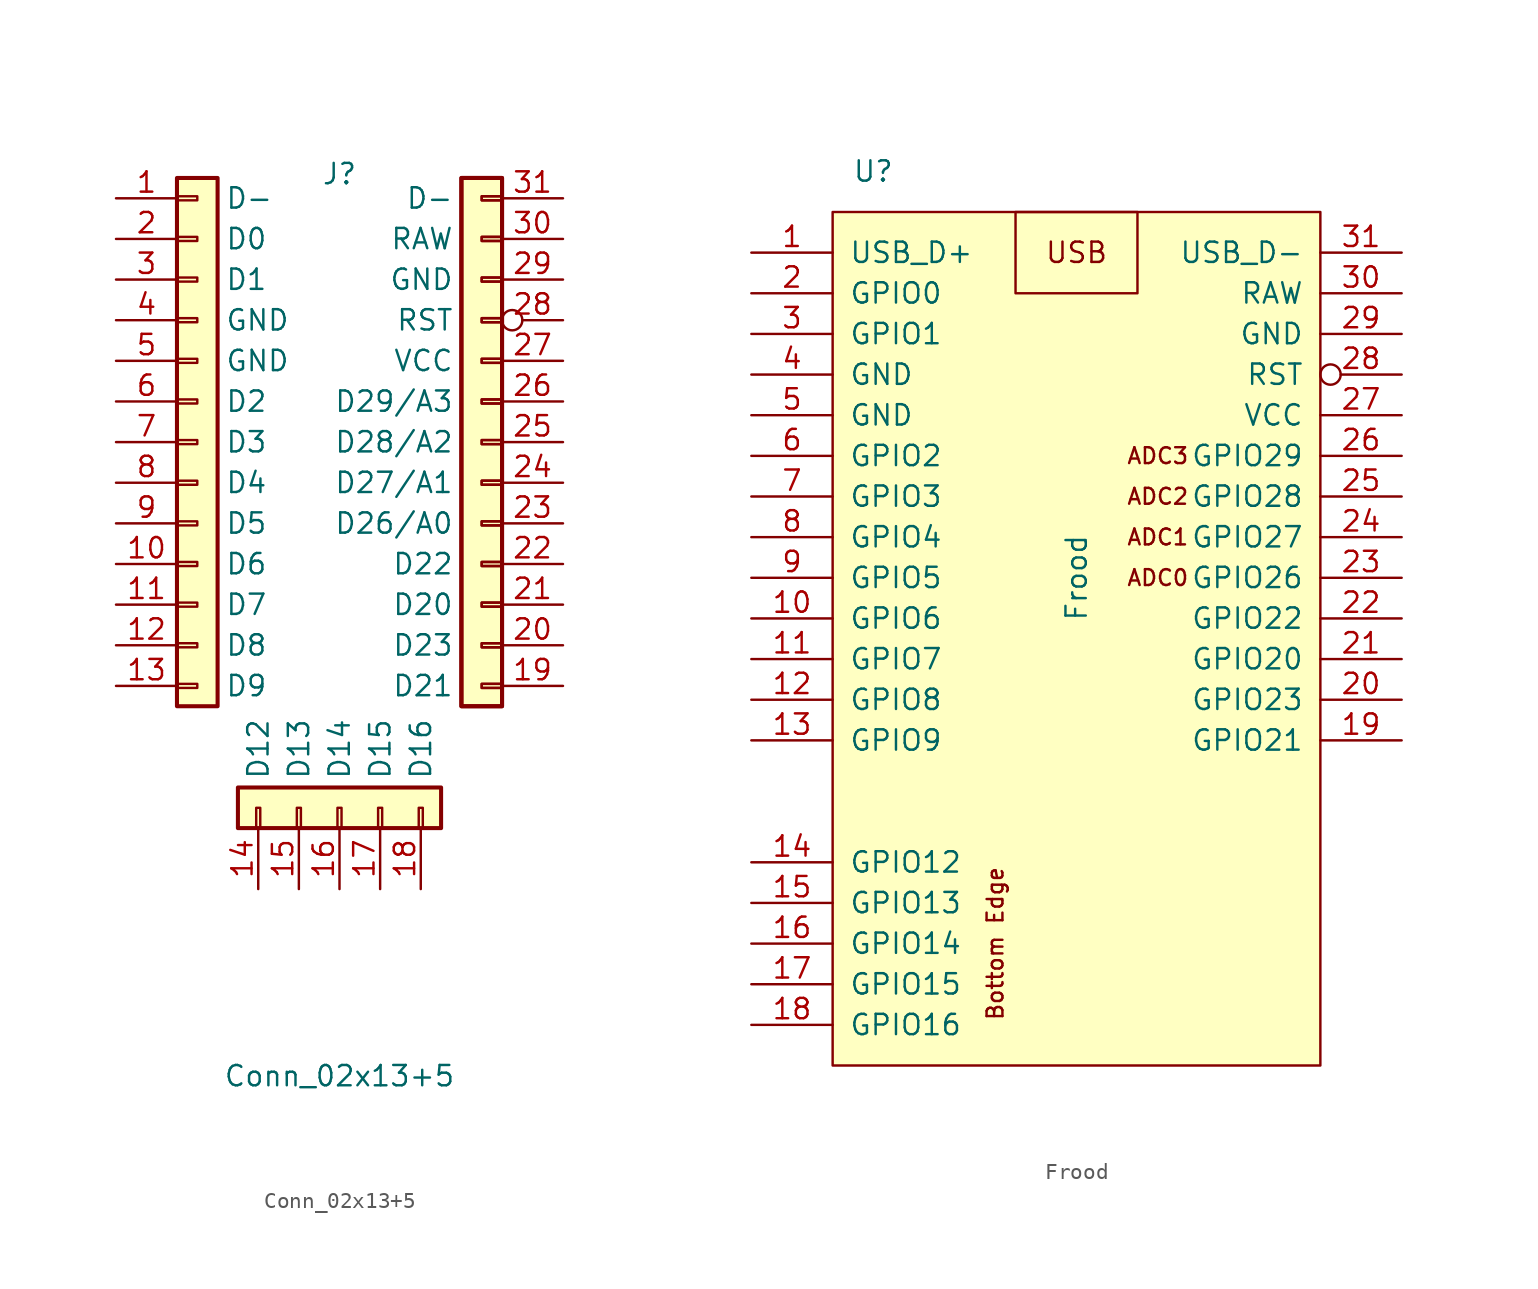
<source format=kicad_sym>
(kicad_symbol_lib
  (version 20211014)
  (generator kicad_symbol_editor)
  (symbol "Conn_02x13+5"
    (pin_names
      (offset 3))
    (property "Reference" "J"
      (at 0 18.034 0)
      (effects (font (size 1.27 1.27))))
    (property "Value" "Conn_02x13+5"
      (at 0 -38.354 0)
      (effects (font (size 1.27 1.27))))
    (symbol "Conn_02x13+5_1_1"
      (rectangle (start -10.16 -13.843) (end -8.89 -14.097) (stroke (width 0.152) (type default) (color 0 0 0 0)) (fill (type none)))
      (rectangle (start -10.16 -11.303) (end -8.89 -11.557) (stroke (width 0.152) (type default) (color 0 0 0 0)) (fill (type none)))
      (rectangle (start -10.16 -8.763) (end -8.89 -9.017) (stroke (width 0.152) (type default) (color 0 0 0 0)) (fill (type none)))
      (rectangle (start -10.16 -6.223) (end -8.89 -6.477) (stroke (width 0.152) (type default) (color 0 0 0 0)) (fill (type none)))
      (rectangle (start -10.16 -3.683) (end -8.89 -3.937) (stroke (width 0.152) (type default) (color 0 0 0 0)) (fill (type none)))
      (rectangle (start -10.16 -1.143) (end -8.89 -1.397) (stroke (width 0.152) (type default) (color 0 0 0 0)) (fill (type none)))
      (rectangle (start -10.16 1.397) (end -8.89 1.143) (stroke (width 0.152) (type default) (color 0 0 0 0)) (fill (type none)))
      (rectangle (start -10.16 3.937) (end -8.89 3.683) (stroke (width 0.152) (type default) (color 0 0 0 0)) (fill (type none)))
      (rectangle (start -10.16 6.477) (end -8.89 6.223) (stroke (width 0.152) (type default) (color 0 0 0 0)) (fill (type none)))
      (rectangle (start -10.16 9.017) (end -8.89 8.763) (stroke (width 0.152) (type default) (color 0 0 0 0)) (fill (type none)))
      (rectangle (start -10.16 11.557) (end -8.89 11.303) (stroke (width 0.152) (type default) (color 0 0 0 0)) (fill (type none)))
      (rectangle (start -10.16 14.097) (end -8.89 13.843) (stroke (width 0.152) (type default) (color 0 0 0 0)) (fill (type none)))
      (rectangle (start -10.16 16.637) (end -8.89 16.383) (stroke (width 0.152) (type default) (color 0 0 0 0)) (fill (type none)))
      (rectangle (start -10.16 17.78) (end -7.62 -15.24) (stroke (width 0.254) (type default) (color 0 0 0 0)) (fill (type background)))
      (rectangle (start -6.35 -22.86) (end 6.35 -20.32) (stroke (width 0.254) (type default) (color 0 0 0 0)) (fill (type background)))
      (rectangle (start -5.207 -22.86) (end -4.953 -21.59) (stroke (width 0.152) (type default) (color 0 0 0 0)) (fill (type none)))
      (rectangle (start -2.667 -22.86) (end -2.413 -21.59) (stroke (width 0.152) (type default) (color 0 0 0 0)) (fill (type none)))
      (rectangle (start -0.127 -22.86) (end 0.127 -21.59) (stroke (width 0.152) (type default) (color 0 0 0 0)) (fill (type none)))
      (rectangle (start 2.413 -22.86) (end 2.667 -21.59) (stroke (width 0.152) (type default) (color 0 0 0 0)) (fill (type none)))
      (rectangle (start 4.953 -22.86) (end 5.207 -21.59) (stroke (width 0.152) (type default) (color 0 0 0 0)) (fill (type none)))
      (rectangle (start 7.62 -15.24) (end 10.16 17.78) (stroke (width 0.254) (type default) (color 0 0 0 0)) (fill (type background)))
      (rectangle (start 7.62 -15.24) (end 10.16 17.78) (stroke (width 0.254) (type default) (color 0 0 0 0)) (fill (type background)))
      (rectangle (start 8.89 -14.097) (end 10.16 -13.843) (stroke (width 0.152) (type default) (color 0 0 0 0)) (fill (type none)))
      (rectangle (start 8.89 -14.097) (end 10.16 -13.843) (stroke (width 0.152) (type default) (color 0 0 0 0)) (fill (type none)))
      (rectangle (start 8.89 -11.557) (end 10.16 -11.303) (stroke (width 0.152) (type default) (color 0 0 0 0)) (fill (type none)))
      (rectangle (start 8.89 -11.557) (end 10.16 -11.303) (stroke (width 0.152) (type default) (color 0 0 0 0)) (fill (type none)))
      (rectangle (start 8.89 -9.017) (end 10.16 -8.763) (stroke (width 0.152) (type default) (color 0 0 0 0)) (fill (type none)))
      (rectangle (start 8.89 -9.017) (end 10.16 -8.763) (stroke (width 0.152) (type default) (color 0 0 0 0)) (fill (type none)))
      (rectangle (start 8.89 -6.477) (end 10.16 -6.223) (stroke (width 0.152) (type default) (color 0 0 0 0)) (fill (type none)))
      (rectangle (start 8.89 -6.477) (end 10.16 -6.223) (stroke (width 0.152) (type default) (color 0 0 0 0)) (fill (type none)))
      (rectangle (start 8.89 -3.937) (end 10.16 -3.683) (stroke (width 0.152) (type default) (color 0 0 0 0)) (fill (type none)))
      (rectangle (start 8.89 -3.937) (end 10.16 -3.683) (stroke (width 0.152) (type default) (color 0 0 0 0)) (fill (type none)))
      (rectangle (start 8.89 -1.397) (end 10.16 -1.143) (stroke (width 0.152) (type default) (color 0 0 0 0)) (fill (type none)))
      (rectangle (start 8.89 -1.397) (end 10.16 -1.143) (stroke (width 0.152) (type default) (color 0 0 0 0)) (fill (type none)))
      (rectangle (start 8.89 1.143) (end 10.16 1.397) (stroke (width 0.152) (type default) (color 0 0 0 0)) (fill (type none)))
      (rectangle (start 8.89 1.143) (end 10.16 1.397) (stroke (width 0.152) (type default) (color 0 0 0 0)) (fill (type none)))
      (rectangle (start 8.89 3.683) (end 10.16 3.937) (stroke (width 0.152) (type default) (color 0 0 0 0)) (fill (type none)))
      (rectangle (start 8.89 3.683) (end 10.16 3.937) (stroke (width 0.152) (type default) (color 0 0 0 0)) (fill (type none)))
      (rectangle (start 8.89 6.223) (end 10.16 6.477) (stroke (width 0.152) (type default) (color 0 0 0 0)) (fill (type none)))
      (rectangle (start 8.89 6.223) (end 10.16 6.477) (stroke (width 0.152) (type default) (color 0 0 0 0)) (fill (type none)))
      (rectangle (start 8.89 8.763) (end 10.16 9.017) (stroke (width 0.152) (type default) (color 0 0 0 0)) (fill (type none)))
      (rectangle (start 8.89 8.763) (end 10.16 9.017) (stroke (width 0.152) (type default) (color 0 0 0 0)) (fill (type none)))
      (rectangle (start 8.89 11.303) (end 10.16 11.557) (stroke (width 0.152) (type default) (color 0 0 0 0)) (fill (type none)))
      (rectangle (start 8.89 11.303) (end 10.16 11.557) (stroke (width 0.152) (type default) (color 0 0 0 0)) (fill (type none)))
      (rectangle (start 8.89 13.843) (end 10.16 14.097) (stroke (width 0.152) (type default) (color 0 0 0 0)) (fill (type none)))
      (rectangle (start 8.89 13.843) (end 10.16 14.097) (stroke (width 0.152) (type default) (color 0 0 0 0)) (fill (type none)))
      (rectangle (start 8.89 16.383) (end 10.16 16.637) (stroke (width 0.152) (type default) (color 0 0 0 0)) (fill (type none)))
      (rectangle (start 8.89 16.383) (end 10.16 16.637) (stroke (width 0.152) (type default) (color 0 0 0 0)) (fill (type none)))
      (pin bidirectional line (at -13.97 16.51 0) (length 3.81) (name "D-" (effects (font (size 1.27 1.27)))) (number "1" (effects (font (size 1.27 1.27)))))
      (pin bidirectional line (at -13.97 -6.35 0) (length 3.81) (name "D6" (effects (font (size 1.27 1.27)))) (number "10" (effects (font (size 1.27 1.27)))))
      (pin bidirectional line (at -13.97 -8.89 0) (length 3.81) (name "D7" (effects (font (size 1.27 1.27)))) (number "11" (effects (font (size 1.27 1.27)))))
      (pin bidirectional line (at -13.97 -11.43 0) (length 3.81) (name "D8" (effects (font (size 1.27 1.27)))) (number "12" (effects (font (size 1.27 1.27)))))
      (pin bidirectional line (at -13.97 -13.97 0) (length 3.81) (name "D9" (effects (font (size 1.27 1.27)))) (number "13" (effects (font (size 1.27 1.27)))))
      (pin bidirectional line (at -5.08 -26.67 90) (length 3.81) (name "D12" (effects (font (size 1.27 1.27)))) (number "14" (effects (font (size 1.27 1.27)))))
      (pin bidirectional line (at -2.54 -26.67 90) (length 3.81) (name "D13" (effects (font (size 1.27 1.27)))) (number "15" (effects (font (size 1.27 1.27)))))
      (pin bidirectional line (at 0 -26.67 90) (length 3.81) (name "D14" (effects (font (size 1.27 1.27)))) (number "16" (effects (font (size 1.27 1.27)))))
      (pin bidirectional line (at 2.54 -26.67 90) (length 3.81) (name "D15" (effects (font (size 1.27 1.27)))) (number "17" (effects (font (size 1.27 1.27)))))
      (pin bidirectional line (at 5.08 -26.67 90) (length 3.81) (name "D16" (effects (font (size 1.27 1.27)))) (number "18" (effects (font (size 1.27 1.27)))))
      (pin bidirectional line (at 13.97 -13.97 180) (length 3.81) (name "D21" (effects (font (size 1.27 1.27)))) (number "19" (effects (font (size 1.27 1.27)))))
      (pin bidirectional line (at -13.97 13.97 0) (length 3.81) (name "D0" (effects (font (size 1.27 1.27)))) (number "2" (effects (font (size 1.27 1.27)))))
      (pin bidirectional line (at 13.97 -11.43 180) (length 3.81) (name "D23" (effects (font (size 1.27 1.27)))) (number "20" (effects (font (size 1.27 1.27)))))
      (pin bidirectional line (at 13.97 -8.89 180) (length 3.81) (name "D20" (effects (font (size 1.27 1.27)))) (number "21" (effects (font (size 1.27 1.27)))))
      (pin bidirectional line (at 13.97 -6.35 180) (length 3.81) (name "D22" (effects (font (size 1.27 1.27)))) (number "22" (effects (font (size 1.27 1.27)))))
      (pin bidirectional line (at 13.97 -3.81 180) (length 3.81) (name "D26/A0" (effects (font (size 1.27 1.27)))) (number "23" (effects (font (size 1.27 1.27)))))
      (pin bidirectional line (at 13.97 -1.27 180) (length 3.81) (name "D27/A1" (effects (font (size 1.27 1.27)))) (number "24" (effects (font (size 1.27 1.27)))))
      (pin bidirectional line (at 13.97 1.27 180) (length 3.81) (name "D28/A2" (effects (font (size 1.27 1.27)))) (number "25" (effects (font (size 1.27 1.27)))))
      (pin bidirectional line (at 13.97 3.81 180) (length 3.81) (name "D29/A3" (effects (font (size 1.27 1.27)))) (number "26" (effects (font (size 1.27 1.27)))))
      (pin power_out line (at 13.97 6.35 180) (length 3.81) (name "VCC" (effects (font (size 1.27 1.27)))) (number "27" (effects (font (size 1.27 1.27)))))
      (pin input inverted (at 13.97 8.89 180) (length 3.81) (name "RST" (effects (font (size 1.27 1.27)))) (number "28" (effects (font (size 1.27 1.27)))))
      (pin power_out line (at 13.97 11.43 180) (length 3.81) (name "GND" (effects (font (size 1.27 1.27)))) (number "29" (effects (font (size 1.27 1.27)))))
      (pin bidirectional line (at -13.97 11.43 0) (length 3.81) (name "D1" (effects (font (size 1.27 1.27)))) (number "3" (effects (font (size 1.27 1.27)))))
      (pin power_in line (at 13.97 13.97 180) (length 3.81) (name "RAW" (effects (font (size 1.27 1.27)))) (number "30" (effects (font (size 1.27 1.27)))))
      (pin bidirectional line (at 13.97 16.51 180) (length 3.81) (name "D-" (effects (font (size 1.27 1.27)))) (number "31" (effects (font (size 1.27 1.27)))))
      (pin power_out line (at -13.97 8.89 0) (length 3.81) (name "GND" (effects (font (size 1.27 1.27)))) (number "4" (effects (font (size 1.27 1.27)))))
      (pin power_out line (at -13.97 6.35 0) (length 3.81) (name "GND" (effects (font (size 1.27 1.27)))) (number "5" (effects (font (size 1.27 1.27)))))
      (pin bidirectional line (at -13.97 3.81 0) (length 3.81) (name "D2" (effects (font (size 1.27 1.27)))) (number "6" (effects (font (size 1.27 1.27)))))
      (pin bidirectional line (at -13.97 1.27 0) (length 3.81) (name "D3" (effects (font (size 1.27 1.27)))) (number "7" (effects (font (size 1.27 1.27)))))
      (pin bidirectional line (at -13.97 -1.27 0) (length 3.81) (name "D4" (effects (font (size 1.27 1.27)))) (number "8" (effects (font (size 1.27 1.27)))))
      (pin bidirectional line (at -13.97 -3.81 0) (length 3.81) (name "D5" (effects (font (size 1.27 1.27)))) (number "9" (effects (font (size 1.27 1.27)))))))
  (symbol "Frood"
    (pin_names
      (offset 1.016))
    (property "Reference" "U"
      (at -12.7 27.94 0)
      (effects (font (size 1.27 1.27))))
    (property "Value" "Frood"
      (at 0 2.54 90)
      (effects (font (size 1.27 1.27))))
    (symbol "Frood_0_0"
      (text "ADC0" (at 5.08 2.54 0) (effects (font (size 0.991 0.991))))
      (text "ADC1" (at 5.08 5.08 0) (effects (font (size 0.991 0.991))))
      (text "ADC2" (at 5.08 7.62 0) (effects (font (size 0.991 0.991))))
      (text "ADC3" (at 5.08 10.16 0) (effects (font (size 0.991 0.991))))
      (text "Bottom Edge" (at -5.08 -20.32 900) (effects (font (size 0.991 0.991))))
      (text "USB" (at 0 22.86 0) (effects (font (size 1.27 1.27)))))
    (symbol "Frood_0_1"
      (rectangle (start -15.24 25.4) (end 15.24 -27.94) (stroke (width 0) (type default) (color 0 0 0 0)) (fill (type background)))
      (rectangle (start 3.81 25.4) (end -3.81 20.32) (stroke (width 0) (type default) (color 0 0 0 0)) (fill (type none))))
    (symbol "Frood_1_1"
      (pin bidirectional line (at -20.32 22.86 0) (length 5.08) (name "USB_D+" (effects (font (size 1.27 1.27)))) (number "1" (effects (font (size 1.27 1.27)))))
      (pin bidirectional line (at -20.32 0 0) (length 5.08) (name "GPIO6" (effects (font (size 1.27 1.27)))) (number "10" (effects (font (size 1.27 1.27)))))
      (pin bidirectional line (at -20.32 -2.54 0) (length 5.08) (name "GPIO7" (effects (font (size 1.27 1.27)))) (number "11" (effects (font (size 1.27 1.27)))))
      (pin bidirectional line (at -20.32 -5.08 0) (length 5.08) (name "GPIO8" (effects (font (size 1.27 1.27)))) (number "12" (effects (font (size 1.27 1.27)))))
      (pin bidirectional line (at -20.32 -7.62 0) (length 5.08) (name "GPIO9" (effects (font (size 1.27 1.27)))) (number "13" (effects (font (size 1.27 1.27)))))
      (pin bidirectional line (at -20.32 -15.24 0) (length 5.08) (name "GPIO12" (effects (font (size 1.27 1.27)))) (number "14" (effects (font (size 1.27 1.27)))))
      (pin bidirectional line (at -20.32 -17.78 0) (length 5.08) (name "GPIO13" (effects (font (size 1.27 1.27)))) (number "15" (effects (font (size 1.27 1.27)))))
      (pin bidirectional line (at -20.32 -20.32 0) (length 5.08) (name "GPIO14" (effects (font (size 1.27 1.27)))) (number "16" (effects (font (size 1.27 1.27)))))
      (pin bidirectional line (at -20.32 -22.86 0) (length 5.08) (name "GPIO15" (effects (font (size 1.27 1.27)))) (number "17" (effects (font (size 1.27 1.27)))))
      (pin bidirectional line (at -20.32 -25.4 0) (length 5.08) (name "GPIO16" (effects (font (size 1.27 1.27)))) (number "18" (effects (font (size 1.27 1.27)))))
      (pin bidirectional line (at 20.32 -7.62 180) (length 5.08) (name "GPIO21" (effects (font (size 1.27 1.27)))) (number "19" (effects (font (size 1.27 1.27)))))
      (pin bidirectional line (at -20.32 20.32 0) (length 5.08) (name "GPIO0" (effects (font (size 1.27 1.27)))) (number "2" (effects (font (size 1.27 1.27)))))
      (pin bidirectional line (at 20.32 -5.08 180) (length 5.08) (name "GPIO23" (effects (font (size 1.27 1.27)))) (number "20" (effects (font (size 1.27 1.27)))))
      (pin bidirectional line (at 20.32 -2.54 180) (length 5.08) (name "GPIO20" (effects (font (size 1.27 1.27)))) (number "21" (effects (font (size 1.27 1.27)))))
      (pin bidirectional line (at 20.32 0 180) (length 5.08) (name "GPIO22" (effects (font (size 1.27 1.27)))) (number "22" (effects (font (size 1.27 1.27)))))
      (pin bidirectional line (at 20.32 2.54 180) (length 5.08) (name "GPIO26" (effects (font (size 1.27 1.27)))) (number "23" (effects (font (size 1.27 1.27)))))
      (pin bidirectional line (at 20.32 5.08 180) (length 5.08) (name "GPIO27" (effects (font (size 1.27 1.27)))) (number "24" (effects (font (size 1.27 1.27)))))
      (pin bidirectional line (at 20.32 7.62 180) (length 5.08) (name "GPIO28" (effects (font (size 1.27 1.27)))) (number "25" (effects (font (size 1.27 1.27)))))
      (pin bidirectional line (at 20.32 10.16 180) (length 5.08) (name "GPIO29" (effects (font (size 1.27 1.27)))) (number "26" (effects (font (size 1.27 1.27)))))
      (pin power_out line (at 20.32 12.7 180) (length 5.08) (name "VCC" (effects (font (size 1.27 1.27)))) (number "27" (effects (font (size 1.27 1.27)))))
      (pin input inverted (at 20.32 15.24 180) (length 5.08) (name "RST" (effects (font (size 1.27 1.27)))) (number "28" (effects (font (size 1.27 1.27)))))
      (pin power_out line (at 20.32 17.78 180) (length 5.08) (name "GND" (effects (font (size 1.27 1.27)))) (number "29" (effects (font (size 1.27 1.27)))))
      (pin bidirectional line (at -20.32 17.78 0) (length 5.08) (name "GPIO1" (effects (font (size 1.27 1.27)))) (number "3" (effects (font (size 1.27 1.27)))))
      (pin power_in line (at 20.32 20.32 180) (length 5.08) (name "RAW" (effects (font (size 1.27 1.27)))) (number "30" (effects (font (size 1.27 1.27)))))
      (pin bidirectional line (at 20.32 22.86 180) (length 5.08) (name "USB_D-" (effects (font (size 1.27 1.27)))) (number "31" (effects (font (size 1.27 1.27)))))
      (pin power_out line (at -20.32 15.24 0) (length 5.08) (name "GND" (effects (font (size 1.27 1.27)))) (number "4" (effects (font (size 1.27 1.27)))))
      (pin power_out line (at -20.32 12.7 0) (length 5.08) (name "GND" (effects (font (size 1.27 1.27)))) (number "5" (effects (font (size 1.27 1.27)))))
      (pin bidirectional line (at -20.32 10.16 0) (length 5.08) (name "GPIO2" (effects (font (size 1.27 1.27)))) (number "6" (effects (font (size 1.27 1.27)))))
      (pin bidirectional line (at -20.32 7.62 0) (length 5.08) (name "GPIO3" (effects (font (size 1.27 1.27)))) (number "7" (effects (font (size 1.27 1.27)))))
      (pin bidirectional line (at -20.32 5.08 0) (length 5.08) (name "GPIO4" (effects (font (size 1.27 1.27)))) (number "8" (effects (font (size 1.27 1.27)))))
      (pin bidirectional line (at -20.32 2.54 0) (length 5.08) (name "GPIO5" (effects (font (size 1.27 1.27)))) (number "9" (effects (font (size 1.27 1.27))))))))
</source>
